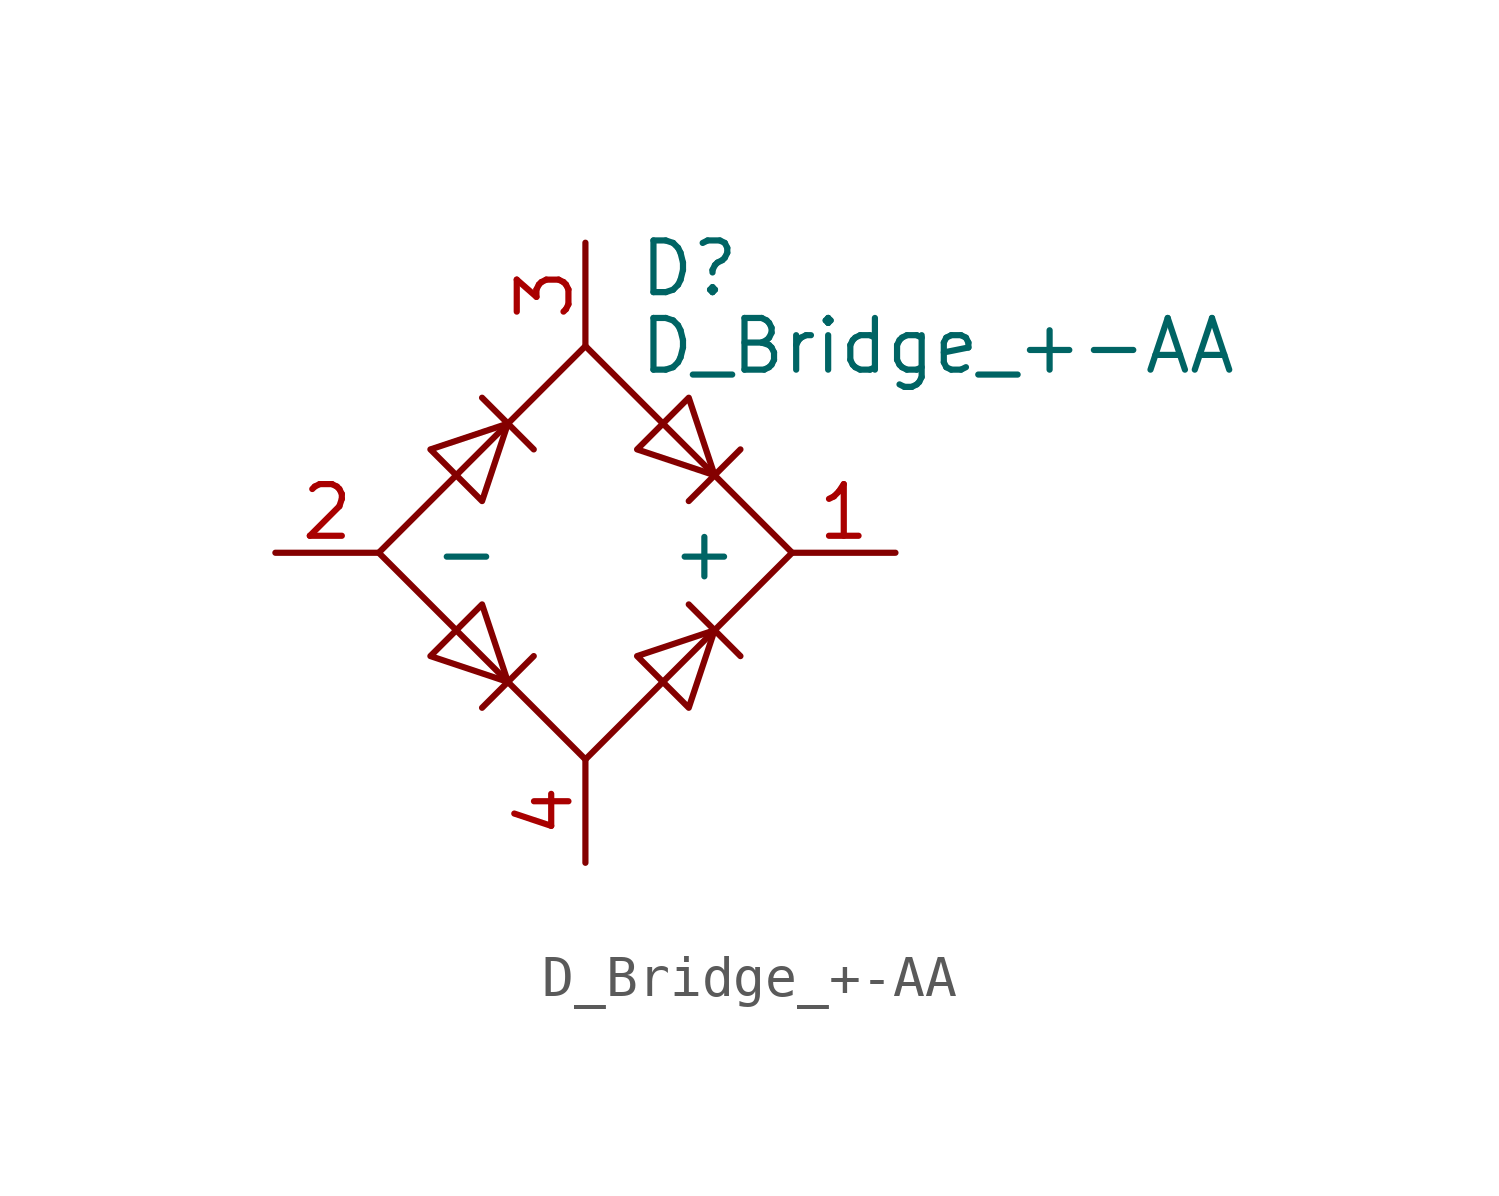
<source format=kicad_sym>
(kicad_symbol_lib
  (version 20211014)
  (generator kicad_symbol_editor)
  (symbol "D_Bridge_+-AA"
    (pin_names
      (offset 1.27))
    (property "Reference" "D"
      (at 1.27 6.985 0)
      (effects (font (size 1.27 1.27)) (justify left)))
    (property "Value" "D_Bridge_+-AA"
      (at 1.27 5.08 0)
      (effects (font (size 1.27 1.27)) (justify left)))
    (symbol "D_Bridge_+-AA_0_1"
      (polyline (pts (xy -2.54 3.81) (xy -1.27 2.54)) (stroke (width 0) (type default) (color 0 0 0 0)) (fill (type none)))
      (polyline (pts (xy -1.27 -2.54) (xy -2.54 -3.81)) (stroke (width 0) (type default) (color 0 0 0 0)) (fill (type none)))
      (polyline (pts (xy 2.54 -1.27) (xy 3.81 -2.54)) (stroke (width 0) (type default) (color 0 0 0 0)) (fill (type none)))
      (polyline (pts (xy 2.54 1.27) (xy 3.81 2.54)) (stroke (width 0) (type default) (color 0 0 0 0)) (fill (type none)))
      (polyline (pts (xy -3.81 2.54) (xy -2.54 1.27) (xy -1.905 3.175) (xy -3.81 2.54)) (stroke (width 0) (type default) (color 0 0 0 0)) (fill (type none)))
      (polyline (pts (xy -2.54 -1.27) (xy -3.81 -2.54) (xy -1.905 -3.175) (xy -2.54 -1.27)) (stroke (width 0) (type default) (color 0 0 0 0)) (fill (type none)))
      (polyline (pts (xy 1.27 2.54) (xy 2.54 3.81) (xy 3.175 1.905) (xy 1.27 2.54)) (stroke (width 0) (type default) (color 0 0 0 0)) (fill (type none)))
      (polyline (pts (xy 3.175 -1.905) (xy 1.27 -2.54) (xy 2.54 -3.81) (xy 3.175 -1.905)) (stroke (width 0) (type default) (color 0 0 0 0)) (fill (type none)))
      (polyline (pts (xy -5.08 0) (xy 0 -5.08) (xy 5.08 0) (xy 0 5.08) (xy -5.08 0)) (stroke (width 0) (type default) (color 0 0 0 0)) (fill (type none))))
    (symbol "D_Bridge_+-AA_1_1"
      (pin input line (at 7.62 0 180) (length 2.54) (name "+" (effects (font (size 1.27 1.27)))) (number "1" (effects (font (size 1.27 1.27)))))
      (pin input line (at -7.62 0 0) (length 2.54) (name "-" (effects (font (size 1.27 1.27)))) (number "2" (effects (font (size 1.27 1.27)))))
      (pin input line (at 0 7.62 270) (length 2.54) (name "~" (effects (font (size 1.27 1.27)))) (number "3" (effects (font (size 1.27 1.27)))))
      (pin input line (at 0 -7.62 90) (length 2.54) (name "~" (effects (font (size 1.27 1.27)))) (number "4" (effects (font (size 1.27 1.27))))))))
</source>
